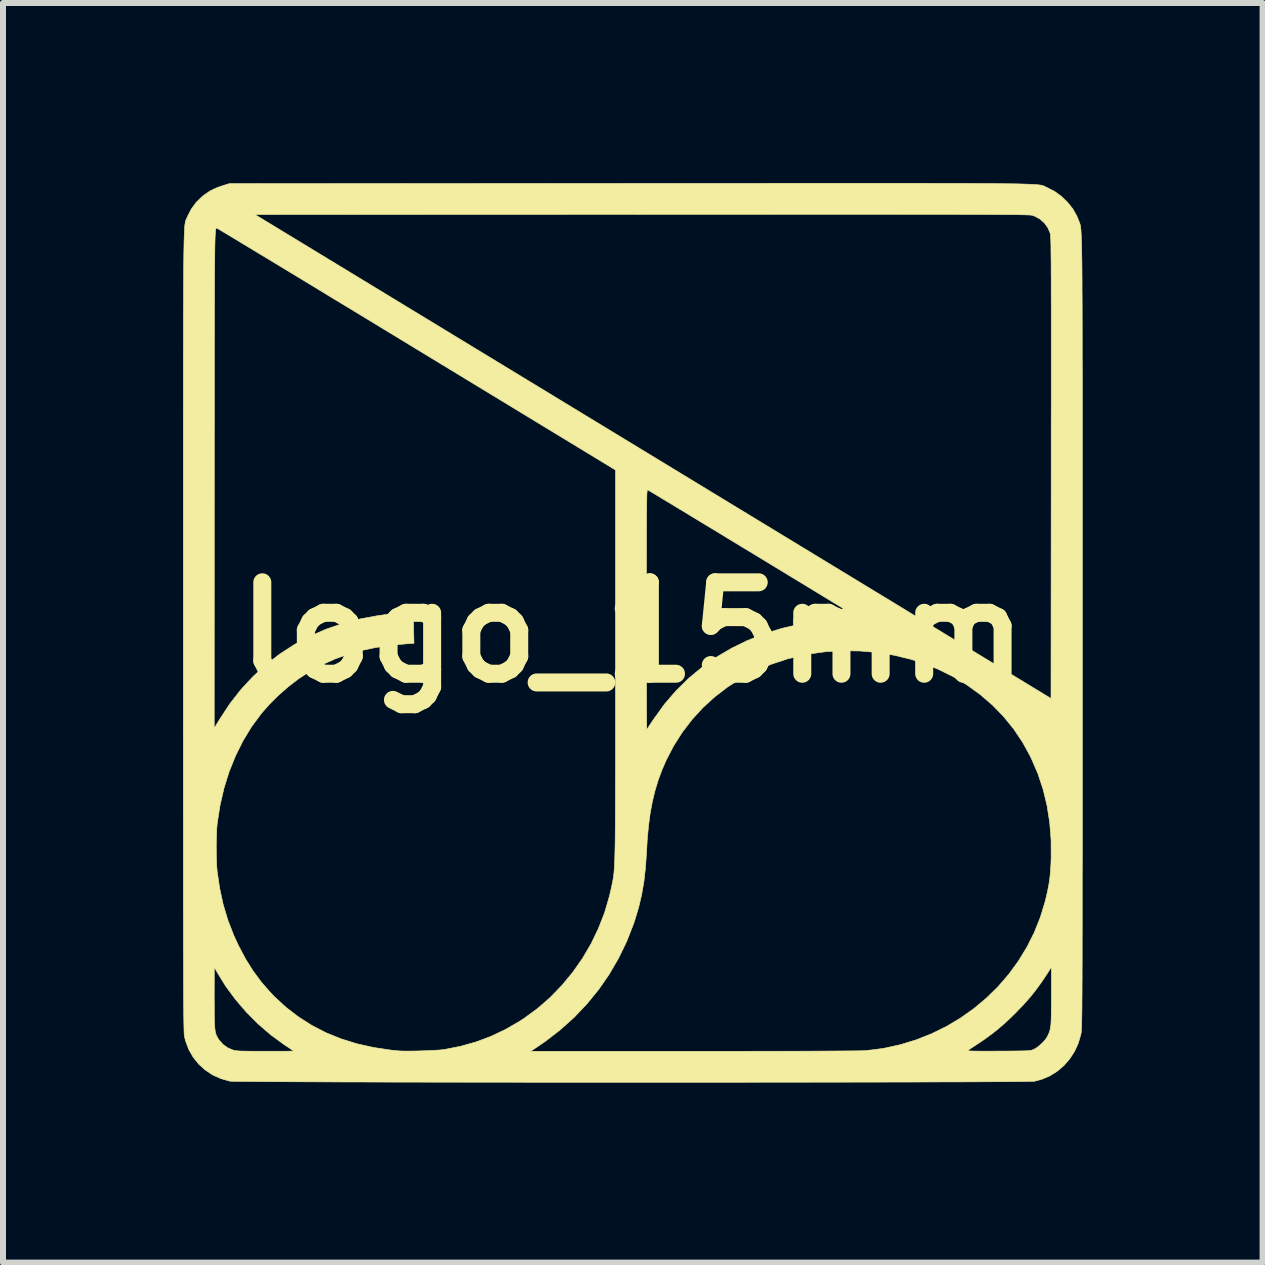
<source format=kicad_pcb>
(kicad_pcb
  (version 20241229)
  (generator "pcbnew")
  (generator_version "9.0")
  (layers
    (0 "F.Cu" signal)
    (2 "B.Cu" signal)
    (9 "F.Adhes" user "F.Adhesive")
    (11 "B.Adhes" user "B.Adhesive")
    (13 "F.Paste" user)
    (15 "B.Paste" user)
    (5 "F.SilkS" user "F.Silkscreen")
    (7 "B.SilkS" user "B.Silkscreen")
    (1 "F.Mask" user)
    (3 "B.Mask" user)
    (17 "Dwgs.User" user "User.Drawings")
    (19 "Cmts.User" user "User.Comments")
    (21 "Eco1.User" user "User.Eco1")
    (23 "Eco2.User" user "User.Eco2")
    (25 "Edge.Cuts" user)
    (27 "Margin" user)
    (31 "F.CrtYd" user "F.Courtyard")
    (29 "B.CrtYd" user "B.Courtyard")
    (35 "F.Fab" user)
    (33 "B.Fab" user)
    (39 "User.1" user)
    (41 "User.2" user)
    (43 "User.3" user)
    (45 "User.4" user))
  (footprint "logo_15mm"
    (layer "F.Cu")
    (at 7.49 7.489)
    (property "Reference" "logo_15mm" (at 0 0 0) (layer "F.SilkS") (effects (font (size 1.524 1.524) (thickness 0.3))))
    (attr through_hole)
    (fp_poly (pts (xy 4.115 -7.484) (xy 4.374 -7.484) (xy 4.616 -7.484) (xy 4.841 -7.484) (xy 5.05 -7.483) (xy 5.243 -7.483) (xy 5.422 -7.482) (xy 5.587 -7.482) (xy 5.739 -7.481) (xy 5.877 -7.48) (xy 6.003 -7.48) (xy 6.118 -7.478) (xy 6.221 -7.477) (xy 6.314 -7.476) (xy 6.397 -7.475) (xy 6.471 -7.473) (xy 6.536 -7.471) (xy 6.593 -7.469) (xy 6.642 -7.467) (xy 6.685 -7.465) (xy 6.722 -7.462) (xy 6.753 -7.46) (xy 6.779 -7.457) (xy 6.801 -7.454) (xy 6.819 -7.451) (xy 6.834 -7.447) (xy 6.846 -7.443) (xy 6.857 -7.439) (xy 6.866 -7.435) (xy 6.874 -7.431) (xy 6.883 -7.426) (xy 6.892 -7.421) (xy 6.902 -7.416) (xy 6.914 -7.411) (xy 6.917 -7.41) (xy 7.038 -7.347) (xy 7.152 -7.264) (xy 7.253 -7.166) (xy 7.34 -7.056) (xy 7.407 -6.937) (xy 7.436 -6.865) (xy 7.441 -6.853) (xy 7.445 -6.843) (xy 7.449 -6.833) (xy 7.453 -6.823) (xy 7.456 -6.813) (xy 7.46 -6.802) (xy 7.463 -6.79) (xy 7.466 -6.775) (xy 7.469 -6.757) (xy 7.471 -6.736) (xy 7.474 -6.71) (xy 7.476 -6.68) (xy 7.478 -6.644) (xy 7.48 -6.603) (xy 7.482 -6.555) (xy 7.484 -6.499) (xy 7.486 -6.436) (xy 7.487 -6.364) (xy 7.488 -6.284) (xy 7.49 -6.193) (xy 7.491 -6.093) (xy 7.492 -5.981) (xy 7.493 -5.858) (xy 7.493 -5.722) (xy 7.494 -5.574) (xy 7.495 -5.413) (xy 7.495 -5.237) (xy 7.496 -5.047) (xy 7.496 -4.841) (xy 7.496 -4.62) (xy 7.497 -4.382) (xy 7.497 -4.127) (xy 7.497 -3.854) (xy 7.497 -3.563) (xy 7.497 -3.253) (xy 7.497 -2.923) (xy 7.497 -2.574) (xy 7.497 -2.203) (xy 7.497 -1.811) (xy 7.497 -1.396) (xy 7.497 -0.96) (xy 7.497 -0.499) (xy 7.497 -0.015) (xy 7.497 -0.014) (xy 7.497 0.467) (xy 7.497 0.924) (xy 7.497 1.357) (xy 7.497 1.769) (xy 7.497 2.158) (xy 7.497 2.525) (xy 7.497 2.872) (xy 7.497 3.198) (xy 7.497 3.505) (xy 7.497 3.793) (xy 7.496 4.063) (xy 7.496 4.315) (xy 7.496 4.55) (xy 7.496 4.769) (xy 7.496 4.971) (xy 7.495 5.159) (xy 7.495 5.331) (xy 7.495 5.49) (xy 7.494 5.636) (xy 7.494 5.768) (xy 7.493 5.889) (xy 7.493 5.998) (xy 7.492 6.096) (xy 7.491 6.184) (xy 7.491 6.262) (xy 7.49 6.332) (xy 7.489 6.393) (xy 7.488 6.446) (xy 7.487 6.492) (xy 7.486 6.531) (xy 7.485 6.565) (xy 7.484 6.593) (xy 7.483 6.617) (xy 7.481 6.636) (xy 7.48 6.652) (xy 7.479 6.666) (xy 7.477 6.677) (xy 7.476 6.686) (xy 7.474 6.695) (xy 7.474 6.695) (xy 7.432 6.842) (xy 7.37 6.98) (xy 7.289 7.105) (xy 7.193 7.217) (xy 7.082 7.312) (xy 6.959 7.39) (xy 6.825 7.447) (xy 6.704 7.48) (xy 6.685 7.481) (xy 6.642 7.482) (xy 6.577 7.483) (xy 6.489 7.485) (xy 6.38 7.486) (xy 6.252 7.487) (xy 6.103 7.488) (xy 5.937 7.489) (xy 5.753 7.49) (xy 5.552 7.491) (xy 5.335 7.492) (xy 5.104 7.492) (xy 4.858 7.493) (xy 4.599 7.494) (xy 4.328 7.494) (xy 4.045 7.495) (xy 3.752 7.495) (xy 3.449 7.496) (xy 3.136 7.496) (xy 2.816 7.497) (xy 2.489 7.497) (xy 2.156 7.497) (xy 1.817 7.498) (xy 1.474 7.498) (xy 1.127 7.498) (xy 0.777 7.498) (xy 0.425 7.498) (xy 0.072 7.498) (xy -0.281 7.498) (xy -0.633 7.498) (xy -0.984 7.498) (xy -1.332 7.498) (xy -1.677 7.498) (xy -2.018 7.497) (xy -2.354 7.497) (xy -2.684 7.497) (xy -3.007 7.496) (xy -3.323 7.496) (xy -3.63 7.495) (xy -3.928 7.495) (xy -4.215 7.494) (xy -4.491 7.493) (xy -4.756 7.493) (xy -5.007 7.492) (xy -5.245 7.491) (xy -5.468 7.49) (xy -5.676 7.489) (xy -5.867 7.488) (xy -6.042 7.487) (xy -6.198 7.486) (xy -6.335 7.485) (xy -6.452 7.484) (xy -6.549 7.483) (xy -6.624 7.482) (xy -6.677 7.481) (xy -6.707 7.479) (xy -6.712 7.479) (xy -6.861 7.436) (xy -6.998 7.374) (xy -7.121 7.292) (xy -7.229 7.194) (xy -7.321 7.079) (xy -7.376 6.982) (xy -1.698 6.982) (xy 1.038 6.982) (xy 1.377 6.982) (xy 1.697 6.982) (xy 1.996 6.981) (xy 2.275 6.981) (xy 2.534 6.98) (xy 2.772 6.98) (xy 2.988 6.979) (xy 3.182 6.978) (xy 3.355 6.977) (xy 3.504 6.976) (xy 3.632 6.975) (xy 3.736 6.974) (xy 3.816 6.973) (xy 3.873 6.971) (xy 3.901 6.97) (xy 5.587 6.97) (xy 5.597 6.973) (xy 5.62 6.975) (xy 5.658 6.977) (xy 5.713 6.978) (xy 5.785 6.979) (xy 5.878 6.979) (xy 5.991 6.979) (xy 6.098 6.978) (xy 6.227 6.978) (xy 6.333 6.977) (xy 6.42 6.976) (xy 6.489 6.975) (xy 6.544 6.974) (xy 6.585 6.972) (xy 6.617 6.969) (xy 6.64 6.966) (xy 6.659 6.961) (xy 6.674 6.956) (xy 6.689 6.95) (xy 6.691 6.949) (xy 6.744 6.917) (xy 6.801 6.871) (xy 6.855 6.818) (xy 6.898 6.764) (xy 6.914 6.737) (xy 6.931 6.704) (xy 6.944 6.673) (xy 6.955 6.643) (xy 6.963 6.609) (xy 6.97 6.57) (xy 6.975 6.523) (xy 6.978 6.464) (xy 6.98 6.392) (xy 6.981 6.304) (xy 6.982 6.196) (xy 6.982 6.067) (xy 6.982 5.578) (xy 6.924 5.669) (xy 6.824 5.82) (xy 6.727 5.954) (xy 6.627 6.08) (xy 6.517 6.204) (xy 6.393 6.333) (xy 6.376 6.351) (xy 6.28 6.444) (xy 6.189 6.527) (xy 6.099 6.605) (xy 6.004 6.681) (xy 5.902 6.756) (xy 5.788 6.835) (xy 5.658 6.921) (xy 5.588 6.966) (xy 5.587 6.97) (xy 3.901 6.97) (xy 3.906 6.97) (xy 3.908 6.969) (xy 4.19 6.932) (xy 4.465 6.871) (xy 4.731 6.79) (xy 4.988 6.688) (xy 5.234 6.567) (xy 5.469 6.427) (xy 5.691 6.269) (xy 5.899 6.095) (xy 6.093 5.905) (xy 6.27 5.7) (xy 6.43 5.481) (xy 6.572 5.249) (xy 6.695 5.006) (xy 6.797 4.751) (xy 6.878 4.486) (xy 6.89 4.438) (xy 6.919 4.312) (xy 6.941 4.198) (xy 6.957 4.088) (xy 6.968 3.974) (xy 6.975 3.849) (xy 6.978 3.759) (xy 6.977 3.458) (xy 6.954 3.168) (xy 6.91 2.889) (xy 6.845 2.619) (xy 6.758 2.356) (xy 6.648 2.101) (xy 6.632 2.067) (xy 6.503 1.832) (xy 6.355 1.611) (xy 6.187 1.404) (xy 6.002 1.213) (xy 5.799 1.038) (xy 5.58 0.879) (xy 5.346 0.738) (xy 5.097 0.615) (xy 4.834 0.511) (xy 4.635 0.447) (xy 4.363 0.381) (xy 4.082 0.335) (xy 3.795 0.31) (xy 3.507 0.306) (xy 3.221 0.322) (xy 2.942 0.36) (xy 2.865 0.374) (xy 2.583 0.442) (xy 2.313 0.531) (xy 2.056 0.639) (xy 1.813 0.766) (xy 1.584 0.911) (xy 1.371 1.075) (xy 1.173 1.255) (xy 0.993 1.452) (xy 0.83 1.665) (xy 0.685 1.893) (xy 0.56 2.135) (xy 0.491 2.295) (xy 0.428 2.466) (xy 0.375 2.641) (xy 0.331 2.823) (xy 0.295 3.016) (xy 0.268 3.224) (xy 0.247 3.448) (xy 0.234 3.675) (xy 0.217 3.923) (xy 0.191 4.153) (xy 0.153 4.372) (xy 0.103 4.585) (xy 0.039 4.797) (xy 0.018 4.859) (xy -0.096 5.151) (xy -0.232 5.431) (xy -0.388 5.699) (xy -0.564 5.953) (xy -0.76 6.193) (xy -0.974 6.418) (xy -1.206 6.626) (xy -1.455 6.818) (xy -1.563 6.892) (xy -1.698 6.982) (xy -7.376 6.982) (xy -7.394 6.951) (xy -7.447 6.81) (xy -7.466 6.734) (xy -7.467 6.726) (xy -7.468 6.714) (xy -7.47 6.699) (xy -7.471 6.679) (xy -7.472 6.654) (xy -7.473 6.624) (xy -7.474 6.588) (xy -7.475 6.545) (xy -7.476 6.495) (xy -7.477 6.436) (xy -7.478 6.369) (xy -7.478 6.293) (xy -7.479 6.207) (xy -7.48 6.111) (xy -7.48 6.087) (xy -6.97 6.087) (xy -6.969 6.223) (xy -6.969 6.336) (xy -6.968 6.43) (xy -6.966 6.507) (xy -6.962 6.57) (xy -6.957 6.62) (xy -6.951 6.661) (xy -6.942 6.694) (xy -6.93 6.723) (xy -6.916 6.75) (xy -6.9 6.777) (xy -6.889 6.793) (xy -6.825 6.866) (xy -6.744 6.924) (xy -6.665 6.958) (xy -6.645 6.964) (xy -6.622 6.969) (xy -6.595 6.973) (xy -6.559 6.975) (xy -6.514 6.978) (xy -6.455 6.979) (xy -6.381 6.98) (xy -6.289 6.981) (xy -6.176 6.981) (xy -6.118 6.981) (xy -6.013 6.981) (xy -5.916 6.981) (xy -5.83 6.981) (xy -5.757 6.98) (xy -5.7 6.979) (xy -5.663 6.979) (xy -5.646 6.978) (xy -5.645 6.977) (xy -5.657 6.969) (xy -5.685 6.95) (xy -5.726 6.922) (xy -5.777 6.888) (xy -5.808 6.867) (xy -6.028 6.706) (xy -6.237 6.526) (xy -6.433 6.329) (xy -6.614 6.119) (xy -6.777 5.898) (xy -6.918 5.67) (xy -6.925 5.657) (xy -6.969 5.577) (xy -6.97 6.087) (xy -7.48 6.087) (xy -7.48 6.003) (xy -7.481 5.884) (xy -7.481 5.753) (xy -7.482 5.609) (xy -7.482 5.451) (xy -7.483 5.28) (xy -7.483 5.093) (xy -7.483 4.892) (xy -7.484 4.675) (xy -7.484 4.441) (xy -7.484 4.19) (xy -7.484 3.921) (xy -7.484 3.634) (xy -7.484 3.329) (xy -7.485 3.003) (xy -7.485 2.658) (xy -7.485 2.292) (xy -7.485 1.904) (xy -7.485 1.598) (xy -6.97 1.598) (xy -6.873 1.439) (xy -6.708 1.188) (xy -6.525 0.954) (xy -6.326 0.739) (xy -6.112 0.543) (xy -5.883 0.365) (xy -5.64 0.207) (xy -5.383 0.068) (xy -5.113 -0.05) (xy -4.83 -0.148) (xy -4.535 -0.225) (xy -4.229 -0.281) (xy -4.227 -0.281) (xy -4.161 -0.29) (xy -4.087 -0.299) (xy -4.008 -0.307) (xy -3.929 -0.314) (xy -3.853 -0.32) (xy -3.785 -0.324) (xy -3.727 -0.327) (xy -3.685 -0.328) (xy -3.662 -0.327) (xy -3.659 -0.326) (xy -3.657 -0.312) (xy -3.654 -0.277) (xy -3.651 -0.225) (xy -3.649 -0.16) (xy -3.647 -0.086) (xy -3.647 -0.068) (xy -3.641 0.182) (xy -3.75 0.189) (xy -4.024 0.215) (xy -4.278 0.252) (xy -4.516 0.302) (xy -4.739 0.364) (xy -4.952 0.441) (xy -5.157 0.532) (xy -5.355 0.639) (xy -5.399 0.665) (xy -5.567 0.775) (xy -5.735 0.905) (xy -5.898 1.047) (xy -6.05 1.198) (xy -6.186 1.353) (xy -6.188 1.356) (xy -6.349 1.574) (xy -6.491 1.808) (xy -6.615 2.057) (xy -6.721 2.32) (xy -6.807 2.595) (xy -6.873 2.881) (xy -6.919 3.176) (xy -6.922 3.203) (xy -6.928 3.274) (xy -6.932 3.365) (xy -6.935 3.468) (xy -6.936 3.577) (xy -6.935 3.687) (xy -6.933 3.792) (xy -6.929 3.886) (xy -6.923 3.962) (xy -6.922 3.976) (xy -6.88 4.262) (xy -6.821 4.535) (xy -6.742 4.797) (xy -6.643 5.053) (xy -6.565 5.221) (xy -6.448 5.442) (xy -6.322 5.643) (xy -6.184 5.829) (xy -6.031 6.004) (xy -5.968 6.07) (xy -5.771 6.251) (xy -5.562 6.411) (xy -5.34 6.552) (xy -5.105 6.673) (xy -4.856 6.774) (xy -4.592 6.856) (xy -4.314 6.918) (xy -4.021 6.962) (xy -3.902 6.974) (xy -3.851 6.977) (xy -3.782 6.978) (xy -3.699 6.978) (xy -3.606 6.977) (xy -3.51 6.974) (xy -3.414 6.971) (xy -3.323 6.967) (xy -3.243 6.962) (xy -3.179 6.957) (xy -3.137 6.952) (xy -2.864 6.898) (xy -2.604 6.825) (xy -2.357 6.732) (xy -2.118 6.619) (xy -1.885 6.484) (xy -1.81 6.436) (xy -1.583 6.27) (xy -1.371 6.085) (xy -1.175 5.883) (xy -0.995 5.665) (xy -0.832 5.433) (xy -0.689 5.189) (xy -0.566 4.933) (xy -0.463 4.669) (xy -0.383 4.396) (xy -0.351 4.257) (xy -0.344 4.224) (xy -0.338 4.193) (xy -0.332 4.164) (xy -0.326 4.135) (xy -0.321 4.107) (xy -0.316 4.076) (xy -0.312 4.044) (xy -0.308 4.009) (xy -0.305 3.97) (xy -0.301 3.925) (xy -0.298 3.875) (xy -0.296 3.818) (xy -0.294 3.754) (xy -0.292 3.68) (xy -0.29 3.598) (xy -0.288 3.504) (xy -0.287 3.399) (xy -0.286 3.282) (xy -0.285 3.152) (xy -0.284 3.007) (xy -0.284 2.847) (xy -0.283 2.671) (xy -0.283 2.478) (xy -0.282 2.267) (xy -0.282 2.037) (xy -0.282 1.788) (xy -0.282 1.517) (xy -0.282 1.225) (xy -0.282 0.911) (xy -0.282 0.573) (xy -0.282 0.54) (xy -0.282 -0.38) (xy 0.233 -0.38) (xy 0.233 -0.16) (xy 0.233 0.053) (xy 0.233 0.258) (xy 0.234 0.453) (xy 0.234 0.638) (xy 0.234 0.811) (xy 0.234 0.97) (xy 0.235 1.115) (xy 0.235 1.245) (xy 0.236 1.357) (xy 0.236 1.451) (xy 0.237 1.526) (xy 0.237 1.579) (xy 0.238 1.61) (xy 0.238 1.619) (xy 0.246 1.607) (xy 0.266 1.579) (xy 0.294 1.537) (xy 0.329 1.484) (xy 0.366 1.43) (xy 0.538 1.192) (xy 0.728 0.972) (xy 0.935 0.768) (xy 1.158 0.583) (xy 1.396 0.415) (xy 1.65 0.266) (xy 1.917 0.135) (xy 2.197 0.024) (xy 2.49 -0.067) (xy 2.795 -0.138) (xy 3.042 -0.18) (xy 3.098 -0.186) (xy 3.172 -0.192) (xy 3.26 -0.197) (xy 3.356 -0.202) (xy 3.456 -0.206) (xy 3.5 -0.207) (xy 3.816 -0.215) (xy 2.046 -1.291) (xy 1.854 -1.407) (xy 1.668 -1.52) (xy 1.489 -1.629) (xy 1.318 -1.733) (xy 1.155 -1.831) (xy 1.002 -1.924) (xy 0.861 -2.01) (xy 0.731 -2.088) (xy 0.615 -2.159) (xy 0.512 -2.22) (xy 0.426 -2.273) (xy 0.355 -2.315) (xy 0.303 -2.347) (xy 0.269 -2.367) (xy 0.254 -2.375) (xy 0.254 -2.375) (xy 0.252 -2.375) (xy 0.249 -2.372) (xy 0.247 -2.366) (xy 0.245 -2.354) (xy 0.243 -2.337) (xy 0.241 -2.312) (xy 0.24 -2.279) (xy 0.239 -2.237) (xy 0.238 -2.184) (xy 0.237 -2.119) (xy 0.236 -2.042) (xy 0.235 -1.952) (xy 0.235 -1.846) (xy 0.234 -1.725) (xy 0.234 -1.586) (xy 0.234 -1.429) (xy 0.233 -1.253) (xy 0.233 -1.057) (xy 0.233 -0.839) (xy 0.233 -0.599) (xy 0.233 -0.38) (xy -0.282 -0.38) (xy -0.282 -2.706) (xy -3.602 -4.724) (xy -3.865 -4.884) (xy -4.122 -5.04) (xy -4.373 -5.193) (xy -4.617 -5.341) (xy -4.853 -5.484) (xy -5.081 -5.622) (xy -5.299 -5.755) (xy -5.507 -5.881) (xy -5.705 -6.001) (xy -5.89 -6.113) (xy -6.063 -6.218) (xy -6.223 -6.314) (xy -6.368 -6.402) (xy -6.499 -6.481) (xy -6.614 -6.551) (xy -6.712 -6.61) (xy -6.794 -6.659) (xy -6.857 -6.697) (xy -6.901 -6.723) (xy -6.926 -6.738) (xy -6.931 -6.741) (xy -6.934 -6.739) (xy -6.937 -6.736) (xy -6.94 -6.731) (xy -6.943 -6.723) (xy -6.946 -6.711) (xy -6.948 -6.695) (xy -6.95 -6.673) (xy -6.952 -6.645) (xy -6.954 -6.611) (xy -6.956 -6.569) (xy -6.957 -6.518) (xy -6.959 -6.458) (xy -6.96 -6.389) (xy -6.961 -6.308) (xy -6.962 -6.217) (xy -6.963 -6.113) (xy -6.964 -5.996) (xy -6.965 -5.866) (xy -6.966 -5.721) (xy -6.966 -5.56) (xy -6.967 -5.384) (xy -6.967 -5.191) (xy -6.967 -4.98) (xy -6.968 -4.751) (xy -6.968 -4.503) (xy -6.968 -4.235) (xy -6.968 -3.947) (xy -6.968 -3.637) (xy -6.969 -3.305) (xy -6.969 -2.95) (xy -6.969 -2.571) (xy -6.969 -2.523) (xy -6.97 1.598) (xy -7.485 1.598) (xy -7.485 1.495) (xy -7.485 1.063) (xy -7.485 0.608) (xy -7.485 0.129) (xy -7.485 -0.021) (xy -7.485 -0.508) (xy -7.485 -0.97) (xy -7.485 -1.41) (xy -7.485 -1.826) (xy -7.485 -2.221) (xy -7.485 -2.594) (xy -7.485 -2.946) (xy -7.485 -3.278) (xy -7.485 -3.591) (xy -7.484 -3.884) (xy -7.484 -4.159) (xy -7.484 -4.416) (xy -7.484 -4.656) (xy -7.483 -4.88) (xy -7.483 -5.087) (xy -7.483 -5.28) (xy -7.482 -5.457) (xy -7.481 -5.62) (xy -7.481 -5.77) (xy -7.48 -5.907) (xy -7.479 -6.032) (xy -7.478 -6.145) (xy -7.477 -6.247) (xy -7.476 -6.339) (xy -7.474 -6.42) (xy -7.473 -6.493) (xy -7.471 -6.557) (xy -7.469 -6.613) (xy -7.467 -6.662) (xy -7.465 -6.704) (xy -7.463 -6.739) (xy -7.461 -6.77) (xy -7.458 -6.795) (xy -7.455 -6.816) (xy -7.452 -6.834) (xy -7.449 -6.848) (xy -7.446 -6.86) (xy -7.442 -6.87) (xy -7.439 -6.879) (xy -7.435 -6.888) (xy -7.431 -6.896) (xy -7.426 -6.905) (xy -7.422 -6.915) (xy -7.42 -6.92) (xy -7.398 -6.964) (xy -6.292 -6.964) (xy 0.342 -2.931) (xy 6.976 1.102) (xy 6.979 -2.74) (xy 6.979 -3.107) (xy 6.979 -3.45) (xy 6.98 -3.77) (xy 6.98 -4.068) (xy 6.98 -4.345) (xy 6.98 -4.601) (xy 6.98 -4.837) (xy 6.98 -5.055) (xy 6.98 -5.254) (xy 6.98 -5.436) (xy 6.979 -5.601) (xy 6.979 -5.751) (xy 6.979 -5.886) (xy 6.978 -6.006) (xy 6.978 -6.113) (xy 6.977 -6.208) (xy 6.976 -6.291) (xy 6.975 -6.362) (xy 6.975 -6.424) (xy 6.974 -6.477) (xy 6.972 -6.52) (xy 6.971 -6.556) (xy 6.97 -6.585) (xy 6.968 -6.608) (xy 6.967 -6.626) (xy 6.965 -6.639) (xy 6.963 -6.648) (xy 6.963 -6.65) (xy 6.924 -6.742) (xy 6.866 -6.823) (xy 6.792 -6.889) (xy 6.705 -6.936) (xy 6.663 -6.951) (xy 6.656 -6.952) (xy 6.646 -6.953) (xy 6.632 -6.955) (xy 6.614 -6.956) (xy 6.59 -6.957) (xy 6.56 -6.958) (xy 6.524 -6.959) (xy 6.481 -6.96) (xy 6.43 -6.961) (xy 6.371 -6.962) (xy 6.304 -6.962) (xy 6.226 -6.963) (xy 6.139 -6.964) (xy 6.041 -6.964) (xy 5.931 -6.965) (xy 5.81 -6.965) (xy 5.676 -6.966) (xy 5.528 -6.966) (xy 5.367 -6.967) (xy 5.192 -6.967) (xy 5.001 -6.967) (xy 4.795 -6.967) (xy 4.573 -6.967) (xy 4.334 -6.968) (xy 4.077 -6.968) (xy 3.803 -6.968) (xy 3.509 -6.968) (xy 3.197 -6.968) (xy 2.864 -6.968) (xy 2.511 -6.968) (xy 2.137 -6.967) (xy 1.741 -6.967) (xy 1.322 -6.967) (xy 0.881 -6.967) (xy 0.416 -6.967) (xy 0.152 -6.967) (xy -6.292 -6.964) (xy -7.398 -6.964) (xy -7.354 -7.051) (xy -7.27 -7.167) (xy -7.168 -7.266) (xy -7.107 -7.311) (xy -7.04 -7.355) (xy -6.977 -7.388) (xy -6.911 -7.416) (xy -6.83 -7.444) (xy -6.826 -7.445) (xy -6.718 -7.479) (xy -0.043 -7.482) (xy 0.446 -7.482) (xy 0.91 -7.483) (xy 1.351 -7.483) (xy 1.77 -7.483) (xy 2.166 -7.483) (xy 2.541 -7.484) (xy 2.895 -7.484) (xy 3.229 -7.484) (xy 3.543 -7.484) (xy 3.838 -7.484) (xy 4.115 -7.484)) (stroke (width 0.01) (type solid)) (fill yes) (layer "F.SilkS")))
  (gr_rect
    (start -3 -3)
    (end 17.992 17.992)
    (stroke (width 0.1) (type default))
    (fill no)
    (layer "Edge.Cuts")))
</source>
